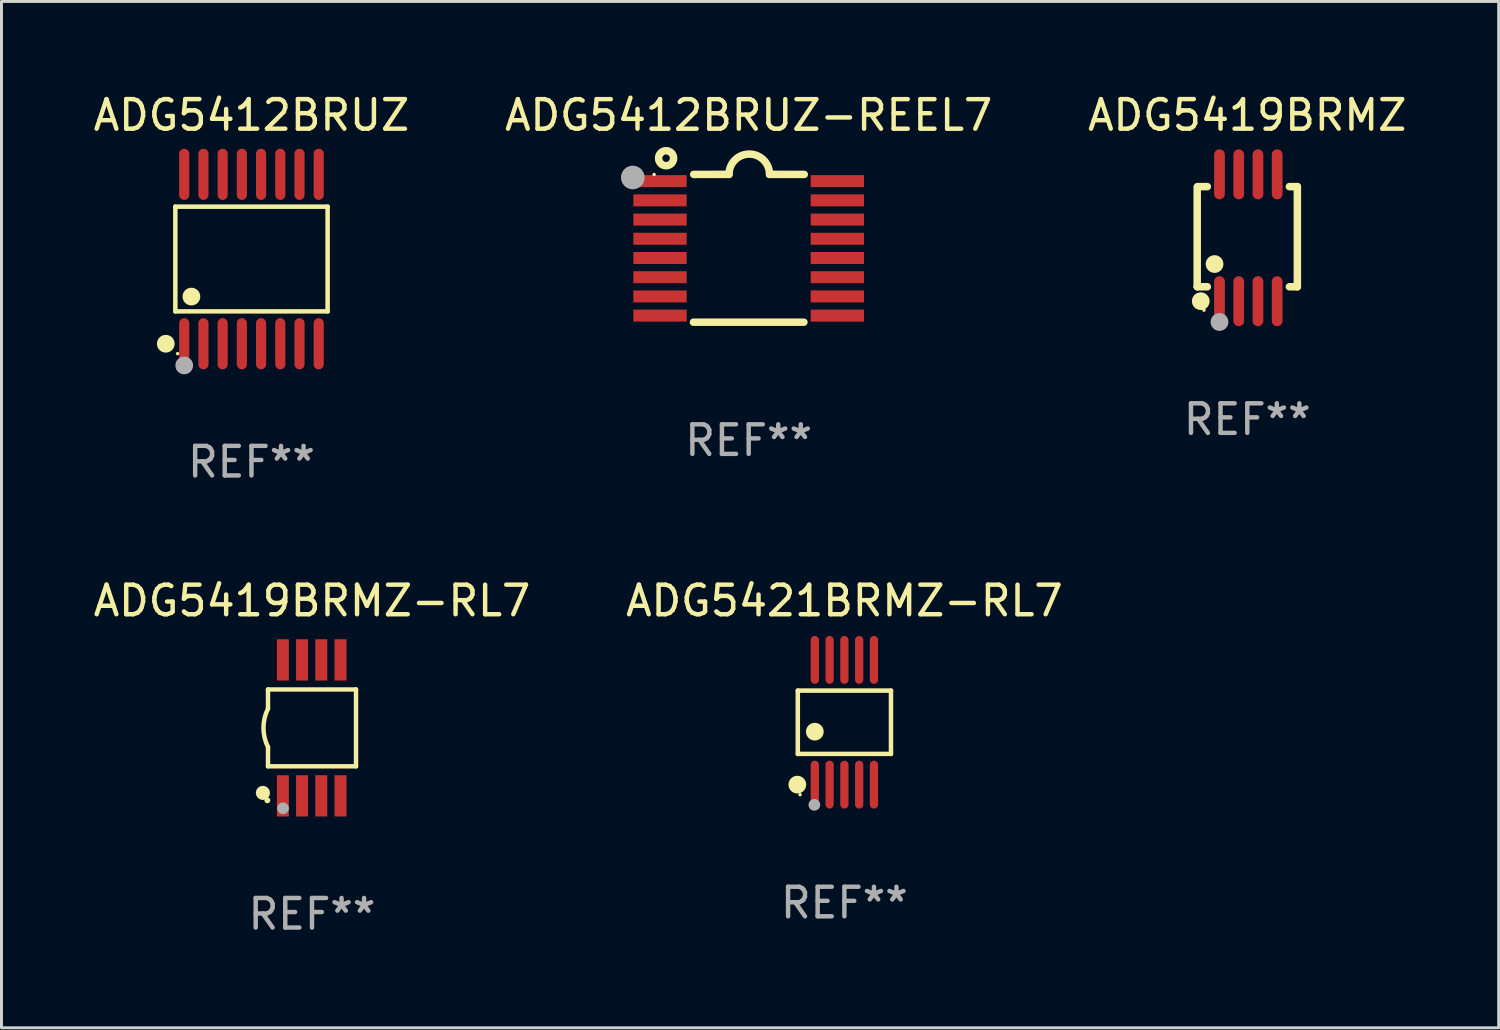
<source format=kicad_pcb>
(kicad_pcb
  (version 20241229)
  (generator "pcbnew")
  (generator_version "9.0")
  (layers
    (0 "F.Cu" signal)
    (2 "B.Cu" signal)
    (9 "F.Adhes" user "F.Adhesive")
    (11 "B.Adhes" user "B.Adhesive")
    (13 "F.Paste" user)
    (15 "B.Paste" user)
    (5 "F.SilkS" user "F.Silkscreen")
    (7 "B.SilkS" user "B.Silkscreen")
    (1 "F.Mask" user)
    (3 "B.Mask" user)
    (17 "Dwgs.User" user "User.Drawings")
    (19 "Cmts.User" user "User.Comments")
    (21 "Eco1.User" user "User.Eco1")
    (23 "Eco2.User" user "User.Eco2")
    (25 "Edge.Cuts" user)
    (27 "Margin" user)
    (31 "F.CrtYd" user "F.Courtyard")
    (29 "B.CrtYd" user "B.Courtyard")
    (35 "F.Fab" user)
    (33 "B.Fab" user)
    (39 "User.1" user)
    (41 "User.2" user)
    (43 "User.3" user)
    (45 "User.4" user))
  (footprint "ADG5412BRUZ"
    (layer "F.Cu")
    (at 5.458 5.714)
    (property "Reference" "ADG5412BRUZ" (at 0 -4.866 0) (layer "F.SilkS") (effects (font (size 1 1) (thickness 0.15))))
    (attr through_hole)
    (fp_line (start -2.576 -1.772) (end 2.576 -1.772) (stroke (width 0.152) (type solid)) (layer "F.SilkS"))
    (fp_line (start -2.576 1.771) (end -2.576 -1.772) (stroke (width 0.152) (type solid)) (layer "F.SilkS"))
    (fp_line (start 2.576 -1.772) (end 2.576 1.771) (stroke (width 0.152) (type solid)) (layer "F.SilkS"))
    (fp_line (start 2.576 1.771) (end -2.576 1.771) (stroke (width 0.152) (type solid)) (layer "F.SilkS"))
    (fp_circle (center -2.899 2.866) (end -2.749 2.866) (stroke (width 0.3) (type solid)) (fill no) (layer "F.SilkS"))
    (fp_circle (center -2.5 3.2) (end -2.47 3.2) (stroke (width 0.06) (type solid)) (fill no) (layer "F.SilkS"))
    (fp_circle (center -2.032 1.27) (end -1.882 1.27) (stroke (width 0.3) (type solid)) (fill no) (layer "F.SilkS"))
    (fp_circle (center -2.275 3.6) (end -2.125 3.6) (stroke (width 0.3) (type solid)) (fill no) (layer "F.Fab"))
    (fp_text user "REF**" (at 0 6.866 0) (layer "F.Fab") (effects (font (size 1 1) (thickness 0.15))))
    (pad "1" smd oval (at -2.275 2.866) (size 0.343 1.731) (layers "F.Cu" "F.Mask" "F.Paste"))
    (pad "2" smd oval (at -1.625 2.866) (size 0.343 1.731) (layers "F.Cu" "F.Mask" "F.Paste"))
    (pad "3" smd oval (at -0.975 2.866) (size 0.343 1.731) (layers "F.Cu" "F.Mask" "F.Paste"))
    (pad "4" smd oval (at -0.325 2.866) (size 0.343 1.731) (layers "F.Cu" "F.Mask" "F.Paste"))
    (pad "5" smd oval (at 0.325 2.866) (size 0.343 1.731) (layers "F.Cu" "F.Mask" "F.Paste"))
    (pad "6" smd oval (at 0.975 2.866) (size 0.343 1.731) (layers "F.Cu" "F.Mask" "F.Paste"))
    (pad "7" smd oval (at 1.625 2.866) (size 0.343 1.731) (layers "F.Cu" "F.Mask" "F.Paste"))
    (pad "8" smd oval (at 2.275 2.866) (size 0.343 1.731) (layers "F.Cu" "F.Mask" "F.Paste"))
    (pad "9" smd oval (at 2.275 -2.866) (size 0.343 1.731) (layers "F.Cu" "F.Mask" "F.Paste"))
    (pad "10" smd oval (at 1.625 -2.866) (size 0.343 1.731) (layers "F.Cu" "F.Mask" "F.Paste"))
    (pad "11" smd oval (at 0.975 -2.866) (size 0.343 1.731) (layers "F.Cu" "F.Mask" "F.Paste"))
    (pad "12" smd oval (at 0.325 -2.866) (size 0.343 1.731) (layers "F.Cu" "F.Mask" "F.Paste"))
    (pad "13" smd oval (at -0.325 -2.866) (size 0.343 1.731) (layers "F.Cu" "F.Mask" "F.Paste"))
    (pad "14" smd oval (at -0.975 -2.866) (size 0.343 1.731) (layers "F.Cu" "F.Mask" "F.Paste"))
    (pad "15" smd oval (at -1.625 -2.866) (size 0.343 1.731) (layers "F.Cu" "F.Mask" "F.Paste"))
    (pad "16" smd oval (at -2.275 -2.866) (size 0.343 1.731) (layers "F.Cu" "F.Mask" "F.Paste")))
  (footprint "ADG5419BRMZ"
    (layer "F.Cu")
    (at 39.149 4.994)
    (property "Reference" "ADG5419BRMZ" (at 0 -4.146 0) (layer "F.SilkS") (effects (font (size 1 1) (thickness 0.15))))
    (attr through_hole)
    (fp_line (start -1.694 -1.724) (end -1.694 1.652) (stroke (width 0.254) (type solid)) (layer "F.SilkS"))
    (fp_line (start -1.694 1.652) (end -1.688 1.658) (stroke (width 0.254) (type solid)) (layer "F.SilkS"))
    (fp_line (start -1.688 1.658) (end -1.353 1.658) (stroke (width 0.254) (type solid)) (layer "F.SilkS"))
    (fp_line (start -1.661 -1.73) (end -1.681 -1.71) (stroke (width 0.254) (type solid)) (layer "F.SilkS"))
    (fp_line (start -1.353 -1.73) (end -1.661 -1.73) (stroke (width 0.254) (type solid)) (layer "F.SilkS"))
    (fp_line (start 1.424 1.658) (end 1.694 1.658) (stroke (width 0.254) (type solid)) (layer "F.SilkS"))
    (fp_line (start 1.694 -1.73) (end 1.424 -1.73) (stroke (width 0.254) (type solid)) (layer "F.SilkS"))
    (fp_line (start 1.694 1.658) (end 1.694 -1.73) (stroke (width 0.254) (type solid)) (layer "F.SilkS"))
    (fp_circle (center -1.574 2.146) (end -1.424 2.146) (stroke (width 0.3) (type solid)) (fill no) (layer "F.SilkS"))
    (fp_circle (center -1.464 2.45) (end -1.434 2.45) (stroke (width 0.06) (type solid)) (fill no) (layer "F.SilkS"))
    (fp_circle (center -1.107 0.889) (end -0.957 0.889) (stroke (width 0.3) (type solid)) (fill no) (layer "F.SilkS"))
    (fp_circle (center -0.94 2.85) (end -0.789 2.85) (stroke (width 0.3) (type solid)) (fill no) (layer "F.Fab"))
    (fp_text user "REF**" (at 0 6.146 0) (layer "F.Fab") (effects (font (size 1 1) (thickness 0.15))))
    (pad "1" smd oval (at -0.94 2.146) (size 0.364 1.692) (layers "F.Cu" "F.Mask" "F.Paste"))
    (pad "2" smd oval (at -0.289 2.146) (size 0.364 1.692) (layers "F.Cu" "F.Mask" "F.Paste"))
    (pad "3" smd oval (at 0.361 2.146) (size 0.364 1.692) (layers "F.Cu" "F.Mask" "F.Paste"))
    (pad "4" smd oval (at 1.011 2.146) (size 0.364 1.692) (layers "F.Cu" "F.Mask" "F.Paste"))
    (pad "5" smd oval (at 1.011 -2.146) (size 0.364 1.692) (layers "F.Cu" "F.Mask" "F.Paste"))
    (pad "6" smd oval (at 0.361 -2.146) (size 0.364 1.692) (layers "F.Cu" "F.Mask" "F.Paste"))
    (pad "7" smd oval (at -0.289 -2.146) (size 0.364 1.692) (layers "F.Cu" "F.Mask" "F.Paste"))
    (pad "8" smd oval (at -0.94 -2.146) (size 0.364 1.692) (layers "F.Cu" "F.Mask" "F.Paste")))
  (footprint "ADG5419BRMZ-RL7"
    (layer "F.Cu")
    (at 7.506 21.576)
    (property "Reference" "ADG5419BRMZ-RL7" (at 0 -4.3 0) (layer "F.SilkS") (effects (font (size 1 1) (thickness 0.15))))
    (attr through_hole)
    (fp_line (start -1.489 -1.3) (end -1.489 -0.648) (stroke (width 0.15) (type solid)) (layer "F.SilkS"))
    (fp_line (start -1.489 0.648) (end -1.489 1.3) (stroke (width 0.15) (type solid)) (layer "F.SilkS"))
    (fp_line (start -1.489 1.3) (end 1.489 1.3) (stroke (width 0.15) (type solid)) (layer "F.SilkS"))
    (fp_line (start 1.489 -1.3) (end -1.489 -1.3) (stroke (width 0.15) (type solid)) (layer "F.SilkS"))
    (fp_line (start 1.489 1.3) (end 1.489 -1.3) (stroke (width 0.15) (type solid)) (layer "F.SilkS"))
    (fp_arc (start -1.489205 0.647702) (mid -1.642107 0) (end -1.489205 -0.647701) (stroke (width 0.150013) (type solid)) (layer "F.SilkS"))
    (fp_circle (center -1.661 2.2) (end -1.541 2.2) (stroke (width 0.24) (type solid)) (fill no) (layer "F.SilkS"))
    (fp_circle (center -1.511 2.45) (end -1.461 2.45) (stroke (width 0.1) (type solid)) (fill no) (layer "F.SilkS"))
    (fp_circle (center -0.981 2.72) (end -0.881 2.72) (stroke (width 0.2) (type solid)) (fill no) (layer "F.Fab"))
    (fp_text user "REF**" (at 0 6.3 0) (layer "F.Fab") (effects (font (size 1 1) (thickness 0.15))))
    (pad "1" smd rect (at -0.986 2.3) (size 0.406 1.397) (layers "F.Cu" "F.Mask" "F.Paste"))
    (pad "2" smd rect (at -0.336 2.3) (size 0.406 1.397) (layers "F.Cu" "F.Mask" "F.Paste"))
    (pad "3" smd rect (at 0.314 2.3) (size 0.406 1.397) (layers "F.Cu" "F.Mask" "F.Paste"))
    (pad "4" smd rect (at 0.964 2.3) (size 0.406 1.397) (layers "F.Cu" "F.Mask" "F.Paste"))
    (pad "5" smd rect (at 0.964 -2.3) (size 0.406 1.397) (layers "F.Cu" "F.Mask" "F.Paste"))
    (pad "6" smd rect (at 0.314 -2.3) (size 0.406 1.397) (layers "F.Cu" "F.Mask" "F.Paste"))
    (pad "7" smd rect (at -0.336 -2.3) (size 0.406 1.397) (layers "F.Cu" "F.Mask" "F.Paste"))
    (pad "8" smd rect (at -0.986 -2.3) (size 0.406 1.397) (layers "F.Cu" "F.Mask" "F.Paste")))
  (footprint "ADG5412BRUZ-REEL7"
    (layer "F.Cu")
    (at 22.28 5.35)
    (property "Reference" "ADG5412BRUZ-REEL7" (at 0 -4.501 0) (layer "F.SilkS") (effects (font (size 1 1) (thickness 0.15))))
    (attr through_hole)
    (fp_line (start -1.868 2.501) (end 1.868 2.501) (stroke (width 0.254) (type solid)) (layer "F.SilkS"))
    (fp_line (start -1.86 -2.499) (end -0.666 -2.501) (stroke (width 0.254) (type solid)) (layer "F.SilkS"))
    (fp_line (start 0.706 -2.501) (end 1.88 -2.499) (stroke (width 0.254) (type solid)) (layer "F.SilkS"))
    (fp_arc (start -0.665914 -2.501448) (mid 0.019888 -3.18725) (end 0.70569 -2.501448) (stroke (width 0.254001) (type solid)) (layer "F.SilkS"))
    (fp_circle (center -3.2 -2.497) (end -3.17 -2.497) (stroke (width 0.06) (type solid)) (fill no) (layer "F.SilkS"))
    (fp_circle (center -2.794 -3.047) (end -2.54 -3.047) (stroke (width 0.254) (type solid)) (fill no) (layer "F.SilkS"))
    (fp_circle (center -3.921 -2.395) (end -3.721 -2.395) (stroke (width 0.4) (type solid)) (fill no) (layer "F.Fab"))
    (fp_text user "REF**" (at 0 6.501 0) (layer "F.Fab") (effects (font (size 1 1) (thickness 0.15))))
    (pad "1" smd rect (at -3 -2.272) (size 1.803 0.406) (layers "F.Cu" "F.Mask" "F.Paste"))
    (pad "2" smd rect (at -3 -1.622) (size 1.803 0.406) (layers "F.Cu" "F.Mask" "F.Paste"))
    (pad "3" smd rect (at -3 -0.972) (size 1.803 0.406) (layers "F.Cu" "F.Mask" "F.Paste"))
    (pad "4" smd rect (at -3 -0.322) (size 1.803 0.406) (layers "F.Cu" "F.Mask" "F.Paste"))
    (pad "5" smd rect (at -3 0.328) (size 1.803 0.406) (layers "F.Cu" "F.Mask" "F.Paste"))
    (pad "6" smd rect (at -3 0.978) (size 1.803 0.406) (layers "F.Cu" "F.Mask" "F.Paste"))
    (pad "7" smd rect (at -3 1.628) (size 1.803 0.406) (layers "F.Cu" "F.Mask" "F.Paste"))
    (pad "8" smd rect (at -3 2.278) (size 1.803 0.406) (layers "F.Cu" "F.Mask" "F.Paste"))
    (pad "9" smd rect (at 3 2.278) (size 1.803 0.406) (layers "F.Cu" "F.Mask" "F.Paste"))
    (pad "10" smd rect (at 3 1.628) (size 1.803 0.406) (layers "F.Cu" "F.Mask" "F.Paste"))
    (pad "11" smd rect (at 3 0.978) (size 1.803 0.406) (layers "F.Cu" "F.Mask" "F.Paste"))
    (pad "12" smd rect (at 3 0.328) (size 1.803 0.406) (layers "F.Cu" "F.Mask" "F.Paste"))
    (pad "13" smd rect (at 3 -0.322) (size 1.803 0.406) (layers "F.Cu" "F.Mask" "F.Paste"))
    (pad "14" smd rect (at 3 -0.972) (size 1.803 0.406) (layers "F.Cu" "F.Mask" "F.Paste"))
    (pad "15" smd rect (at 3 -1.622) (size 1.803 0.406) (layers "F.Cu" "F.Mask" "F.Paste"))
    (pad "16" smd rect (at 3 -2.272) (size 1.803 0.406) (layers "F.Cu" "F.Mask" "F.Paste")))
  (footprint "ADG5421BRMZ-RL7"
    (layer "F.Cu")
    (at 25.518 21.386)
    (property "Reference" "ADG5421BRMZ-RL7" (at 0 -4.11 0) (layer "F.SilkS") (effects (font (size 1 1) (thickness 0.15))))
    (attr through_hole)
    (fp_line (start -1.576 -1.071) (end 1.576 -1.071) (stroke (width 0.152) (type solid)) (layer "F.SilkS"))
    (fp_line (start -1.576 1.071) (end -1.576 -1.071) (stroke (width 0.152) (type solid)) (layer "F.SilkS"))
    (fp_line (start 1.576 -1.071) (end 1.576 1.071) (stroke (width 0.152) (type solid)) (layer "F.SilkS"))
    (fp_line (start 1.576 1.071) (end -1.576 1.071) (stroke (width 0.152) (type solid)) (layer "F.SilkS"))
    (fp_circle (center -1.592 2.11) (end -1.442 2.11) (stroke (width 0.3) (type solid)) (fill no) (layer "F.SilkS"))
    (fp_circle (center -1.5 2.45) (end -1.47 2.45) (stroke (width 0.06) (type solid)) (fill no) (layer "F.SilkS"))
    (fp_circle (center -1 0.319) (end -0.85 0.319) (stroke (width 0.3) (type solid)) (fill no) (layer "F.SilkS"))
    (fp_circle (center -1.016 2.794) (end -0.916 2.794) (stroke (width 0.2) (type solid)) (fill no) (layer "F.Fab"))
    (fp_text user "REF**" (at 0 6.11 0) (layer "F.Fab") (effects (font (size 1 1) (thickness 0.15))))
    (pad "1" smd oval (at -1 2.11) (size 0.28 1.62) (layers "F.Cu" "F.Mask" "F.Paste"))
    (pad "2" smd oval (at -0.5 2.11) (size 0.28 1.62) (layers "F.Cu" "F.Mask" "F.Paste"))
    (pad "3" smd oval (at 0 2.11) (size 0.28 1.62) (layers "F.Cu" "F.Mask" "F.Paste"))
    (pad "4" smd oval (at 0.5 2.11) (size 0.28 1.62) (layers "F.Cu" "F.Mask" "F.Paste"))
    (pad "5" smd oval (at 1 2.11) (size 0.28 1.62) (layers "F.Cu" "F.Mask" "F.Paste"))
    (pad "6" smd oval (at 1 -2.11) (size 0.28 1.62) (layers "F.Cu" "F.Mask" "F.Paste"))
    (pad "7" smd oval (at 0.5 -2.11) (size 0.28 1.62) (layers "F.Cu" "F.Mask" "F.Paste"))
    (pad "8" smd oval (at 0 -2.11) (size 0.28 1.62) (layers "F.Cu" "F.Mask" "F.Paste"))
    (pad "9" smd oval (at -0.5 -2.11) (size 0.28 1.62) (layers "F.Cu" "F.Mask" "F.Paste"))
    (pad "10" smd oval (at -1 -2.11) (size 0.28 1.62) (layers "F.Cu" "F.Mask" "F.Paste")))
  (gr_rect
    (start -3 -3)
    (end 47.655 31.724)
    (stroke (width 0.1) (type default))
    (fill no)
    (layer "Edge.Cuts")))
</source>
